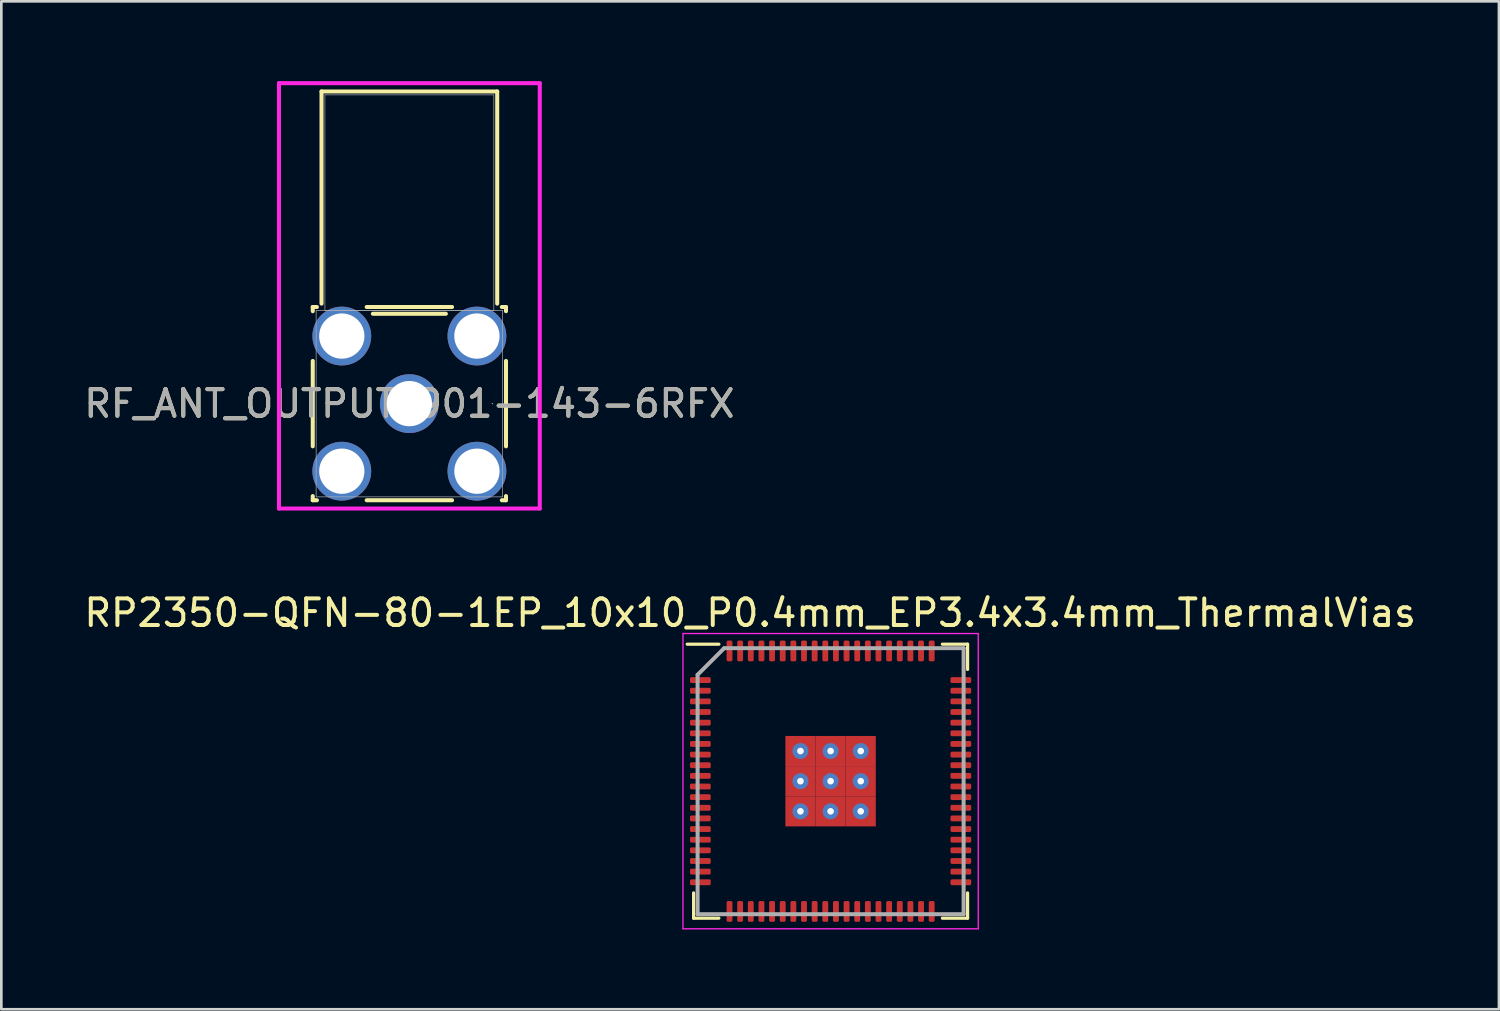
<source format=kicad_pcb>
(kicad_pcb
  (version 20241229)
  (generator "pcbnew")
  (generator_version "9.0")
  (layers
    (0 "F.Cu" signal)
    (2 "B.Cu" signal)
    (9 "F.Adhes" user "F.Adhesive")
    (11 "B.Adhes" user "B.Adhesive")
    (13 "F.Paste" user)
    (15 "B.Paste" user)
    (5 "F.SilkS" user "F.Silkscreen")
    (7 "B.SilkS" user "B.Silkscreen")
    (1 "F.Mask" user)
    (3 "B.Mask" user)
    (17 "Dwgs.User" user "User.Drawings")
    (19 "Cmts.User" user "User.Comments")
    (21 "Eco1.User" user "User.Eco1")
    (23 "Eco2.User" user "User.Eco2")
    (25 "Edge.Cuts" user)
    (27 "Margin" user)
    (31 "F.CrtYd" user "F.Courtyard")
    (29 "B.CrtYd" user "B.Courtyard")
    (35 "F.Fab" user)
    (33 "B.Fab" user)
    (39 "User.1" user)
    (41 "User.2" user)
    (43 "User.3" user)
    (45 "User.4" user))
  (footprint "RF_ANT_OUTPUT_901-143-6RFX"
    (layer "F.Cu")
    (at 12.339 12.123)
    (property "Reference" "RF_ANT_OUTPUT_901-143-6RFX" (at 0 0 0) (unlocked yes) (layer "F.SilkS") (effects (font (size 1 1) (thickness 0.15))))
    (attr through_hole)
    (fp_line (start -3.632 -3.632) (end -3.632 -3.475) (stroke (width 0.152) (type solid)) (layer "F.SilkS"))
    (fp_line (start -3.632 -1.605) (end -3.632 1.605) (stroke (width 0.152) (type solid)) (layer "F.SilkS"))
    (fp_line (start -3.632 3.475) (end -3.632 3.632) (stroke (width 0.152) (type solid)) (layer "F.SilkS"))
    (fp_line (start -3.632 3.632) (end -3.475 3.632) (stroke (width 0.152) (type solid)) (layer "F.SilkS"))
    (fp_line (start -3.475 -3.632) (end -3.632 -3.632) (stroke (width 0.152) (type solid)) (layer "F.SilkS"))
    (fp_line (start -3.302 -11.735) (end -3.302 -3.759) (stroke (width 0.152) (type solid)) (layer "F.SilkS"))
    (fp_line (start -1.605 3.632) (end 1.605 3.632) (stroke (width 0.152) (type solid)) (layer "F.SilkS"))
    (fp_line (start -1.372 -3.378) (end 1.372 -3.378) (stroke (width 0.152) (type solid)) (layer "F.SilkS"))
    (fp_line (start 1.605 -3.632) (end -1.605 -3.632) (stroke (width 0.152) (type solid)) (layer "F.SilkS"))
    (fp_line (start 3.302 -11.735) (end -3.302 -11.735) (stroke (width 0.152) (type solid)) (layer "F.SilkS"))
    (fp_line (start 3.302 -3.759) (end 3.302 -11.735) (stroke (width 0.152) (type solid)) (layer "F.SilkS"))
    (fp_line (start 3.475 3.632) (end 3.632 3.632) (stroke (width 0.152) (type solid)) (layer "F.SilkS"))
    (fp_line (start 3.632 -3.632) (end 3.475 -3.632) (stroke (width 0.152) (type solid)) (layer "F.SilkS"))
    (fp_line (start 3.632 -3.475) (end 3.632 -3.632) (stroke (width 0.152) (type solid)) (layer "F.SilkS"))
    (fp_line (start 3.632 1.605) (end 3.632 -1.605) (stroke (width 0.152) (type solid)) (layer "F.SilkS"))
    (fp_line (start 3.632 3.632) (end 3.632 3.475) (stroke (width 0.152) (type solid)) (layer "F.SilkS"))
    (fp_line (start -4.902 -12.046) (end 4.902 -12.046) (stroke (width 0.152) (type solid)) (layer "F.CrtYd"))
    (fp_line (start -4.902 3.944) (end -4.902 -12.046) (stroke (width 0.152) (type solid)) (layer "F.CrtYd"))
    (fp_line (start 4.902 -12.046) (end 4.902 3.944) (stroke (width 0.152) (type solid)) (layer "F.CrtYd"))
    (fp_line (start 4.902 3.944) (end -4.902 3.944) (stroke (width 0.152) (type solid)) (layer "F.CrtYd"))
    (fp_line (start -3.505 -3.505) (end -3.505 3.505) (stroke (width 0.025) (type solid)) (layer "F.Fab"))
    (fp_line (start -3.505 3.505) (end 3.505 3.505) (stroke (width 0.025) (type solid)) (layer "F.Fab"))
    (fp_line (start -3.175 -11.608) (end -3.175 -3.505) (stroke (width 0.025) (type solid)) (layer "F.Fab"))
    (fp_line (start -3.175 -3.505) (end 3.175 -3.505) (stroke (width 0.025) (type solid)) (layer "F.Fab"))
    (fp_line (start 3.175 -11.608) (end -3.175 -11.608) (stroke (width 0.025) (type solid)) (layer "F.Fab"))
    (fp_line (start 3.175 -3.505) (end 3.175 -11.608) (stroke (width 0.025) (type solid)) (layer "F.Fab"))
    (fp_line (start 3.505 -3.505) (end -3.505 -3.505) (stroke (width 0.025) (type solid)) (layer "F.Fab"))
    (fp_line (start 3.505 3.505) (end 3.505 -3.505) (stroke (width 0.025) (type solid)) (layer "F.Fab"))
    (fp_circle (center 3.124 0) (end 3.124 0) (stroke (width 0.025) (type solid)) (fill no) (layer "F.Fab"))
    (fp_text user "${REFERENCE}" (at 0 0 0) (unlocked yes) (layer "F.Fab") (effects (font (size 1 1) (thickness 0.15))))
    (pad "1" thru_hole circle (at 0 0) (size 2.21 2.21) (drill 1.702) (layers "*.Cu" "*.Mask"))
    (pad "2" thru_hole circle (at -2.54 -2.54) (size 2.21 2.21) (drill 1.702) (layers "*.Cu" "*.Mask"))
    (pad "3" thru_hole circle (at -2.54 2.54) (size 2.21 2.21) (drill 1.702) (layers "*.Cu" "*.Mask"))
    (pad "4" thru_hole circle (at 2.54 2.54) (size 2.21 2.21) (drill 1.702) (layers "*.Cu" "*.Mask"))
    (pad "5" thru_hole circle (at 2.54 -2.54) (size 2.21 2.21) (drill 1.702) (layers "*.Cu" "*.Mask")))
  (footprint "RP2350-QFN-80-1EP_10x10_P0.4mm_EP3.4x3.4mm_ThermalVias"
    (layer "F.Cu")
    (at 28.174 26.316)
    (property "Reference" "RP2350-QFN-80-1EP_10x10_P0.4mm_EP3.4x3.4mm_ThermalVias" (at -3.025 -6.325 0) (layer "F.SilkS") (effects (font (size 1 1) (thickness 0.15))))
    (attr smd)
    (fp_line (start -5.15 5.15) (end -5.15 4.2) (stroke (width 0.12) (type default)) (layer "F.SilkS"))
    (fp_line (start -4.2 -5.15) (end -5.39 -5.15) (stroke (width 0.12) (type default)) (layer "F.SilkS"))
    (fp_line (start -4.2 5.15) (end -5.15 5.15) (stroke (width 0.12) (type default)) (layer "F.SilkS"))
    (fp_line (start 4.2 -5.15) (end 5.15 -5.15) (stroke (width 0.12) (type default)) (layer "F.SilkS"))
    (fp_line (start 4.2 5.15) (end 5.15 5.15) (stroke (width 0.12) (type default)) (layer "F.SilkS"))
    (fp_line (start 5.15 -5.15) (end 5.15 -4.2) (stroke (width 0.12) (type default)) (layer "F.SilkS"))
    (fp_line (start 5.15 5.15) (end 5.15 4.2) (stroke (width 0.12) (type default)) (layer "F.SilkS"))
    (fp_line (start -5.55 -5.55) (end 5.55 -5.55) (stroke (width 0.05) (type default)) (layer "F.CrtYd"))
    (fp_line (start -5.55 5.55) (end -5.55 -5.55) (stroke (width 0.05) (type default)) (layer "F.CrtYd"))
    (fp_line (start 5.55 -5.55) (end 5.55 5.55) (stroke (width 0.05) (type default)) (layer "F.CrtYd"))
    (fp_line (start 5.55 5.55) (end -5.55 5.55) (stroke (width 0.05) (type default)) (layer "F.CrtYd"))
    (fp_line (start -5 -4) (end -5 5) (stroke (width 0.15) (type default)) (layer "F.Fab"))
    (fp_line (start -5 5) (end 5 5) (stroke (width 0.15) (type default)) (layer "F.Fab"))
    (fp_line (start -4 -5) (end -5 -4) (stroke (width 0.15) (type default)) (layer "F.Fab"))
    (fp_line (start 5 -5) (end -4 -5) (stroke (width 0.15) (type default)) (layer "F.Fab"))
    (fp_line (start 5 5) (end 5 -5) (stroke (width 0.15) (type default)) (layer "F.Fab"))
    (pad "" smd roundrect (at -0.7 -0.7) (size 1.2 1.2) (layers "F.Paste") (roundrect_rratio 0.208))
    (pad "" smd roundrect (at -0.7 0.7) (size 1.2 1.2) (layers "F.Paste") (roundrect_rratio 0.208))
    (pad "" smd roundrect (at 0.7 -0.7) (size 1.2 1.2) (layers "F.Paste") (roundrect_rratio 0.208))
    (pad "" smd roundrect (at 0.7 0.7) (size 1.2 1.2) (layers "F.Paste") (roundrect_rratio 0.208))
    (pad "1" smd roundrect (at -4.896 -3.8 90) (size 0.22 0.78) (layers "F.Cu" "F.Mask" "F.Paste") (roundrect_rratio 0.25))
    (pad "2" smd roundrect (at -4.896 -3.4 90) (size 0.22 0.78) (layers "F.Cu" "F.Mask" "F.Paste") (roundrect_rratio 0.25))
    (pad "3" smd roundrect (at -4.896 -3 90) (size 0.22 0.78) (layers "F.Cu" "F.Mask" "F.Paste") (roundrect_rratio 0.25))
    (pad "4" smd roundrect (at -4.896 -2.6 90) (size 0.22 0.78) (layers "F.Cu" "F.Mask" "F.Paste") (roundrect_rratio 0.25))
    (pad "5" smd roundrect (at -4.896 -2.2 90) (size 0.22 0.78) (layers "F.Cu" "F.Mask" "F.Paste") (roundrect_rratio 0.25))
    (pad "6" smd roundrect (at -4.896 -1.8 90) (size 0.22 0.78) (layers "F.Cu" "F.Mask" "F.Paste") (roundrect_rratio 0.25))
    (pad "7" smd roundrect (at -4.896 -1.4 90) (size 0.22 0.78) (layers "F.Cu" "F.Mask" "F.Paste") (roundrect_rratio 0.25))
    (pad "8" smd roundrect (at -4.896 -1 90) (size 0.22 0.78) (layers "F.Cu" "F.Mask" "F.Paste") (roundrect_rratio 0.25))
    (pad "9" smd roundrect (at -4.896 -0.6 90) (size 0.22 0.78) (layers "F.Cu" "F.Mask" "F.Paste") (roundrect_rratio 0.25))
    (pad "10" smd roundrect (at -4.896 -0.2 90) (size 0.22 0.78) (layers "F.Cu" "F.Mask" "F.Paste") (roundrect_rratio 0.25))
    (pad "11" smd roundrect (at -4.896 0.2 90) (size 0.22 0.78) (layers "F.Cu" "F.Mask" "F.Paste") (roundrect_rratio 0.25))
    (pad "12" smd roundrect (at -4.896 0.6 90) (size 0.22 0.78) (layers "F.Cu" "F.Mask" "F.Paste") (roundrect_rratio 0.25))
    (pad "13" smd roundrect (at -4.896 1 90) (size 0.22 0.78) (layers "F.Cu" "F.Mask" "F.Paste") (roundrect_rratio 0.25))
    (pad "14" smd roundrect (at -4.896 1.4 90) (size 0.22 0.78) (layers "F.Cu" "F.Mask" "F.Paste") (roundrect_rratio 0.25))
    (pad "15" smd roundrect (at -4.896 1.8 90) (size 0.22 0.78) (layers "F.Cu" "F.Mask" "F.Paste") (roundrect_rratio 0.25))
    (pad "16" smd roundrect (at -4.896 2.2 90) (size 0.22 0.78) (layers "F.Cu" "F.Mask" "F.Paste") (roundrect_rratio 0.25))
    (pad "17" smd roundrect (at -4.896 2.6 90) (size 0.22 0.78) (layers "F.Cu" "F.Mask" "F.Paste") (roundrect_rratio 0.25))
    (pad "18" smd roundrect (at -4.896 3 90) (size 0.22 0.78) (layers "F.Cu" "F.Mask" "F.Paste") (roundrect_rratio 0.25))
    (pad "19" smd roundrect (at -4.896 3.4 90) (size 0.22 0.78) (layers "F.Cu" "F.Mask" "F.Paste") (roundrect_rratio 0.25))
    (pad "20" smd roundrect (at -4.896 3.8 90) (size 0.22 0.78) (layers "F.Cu" "F.Mask" "F.Paste") (roundrect_rratio 0.25))
    (pad "21" smd roundrect (at -3.8 4.896) (size 0.22 0.78) (layers "F.Cu" "F.Mask" "F.Paste") (roundrect_rratio 0.25))
    (pad "22" smd roundrect (at -3.4 4.896) (size 0.22 0.78) (layers "F.Cu" "F.Mask" "F.Paste") (roundrect_rratio 0.25))
    (pad "23" smd roundrect (at -3 4.896) (size 0.22 0.78) (layers "F.Cu" "F.Mask" "F.Paste") (roundrect_rratio 0.25))
    (pad "24" smd roundrect (at -2.6 4.896) (size 0.22 0.78) (layers "F.Cu" "F.Mask" "F.Paste") (roundrect_rratio 0.25))
    (pad "25" smd roundrect (at -2.2 4.896) (size 0.22 0.78) (layers "F.Cu" "F.Mask" "F.Paste") (roundrect_rratio 0.25))
    (pad "26" smd roundrect (at -1.8 4.896) (size 0.22 0.78) (layers "F.Cu" "F.Mask" "F.Paste") (roundrect_rratio 0.25))
    (pad "27" smd roundrect (at -1.4 4.896) (size 0.22 0.78) (layers "F.Cu" "F.Mask" "F.Paste") (roundrect_rratio 0.25))
    (pad "28" smd roundrect (at -1 4.896) (size 0.22 0.78) (layers "F.Cu" "F.Mask" "F.Paste") (roundrect_rratio 0.25))
    (pad "29" smd roundrect (at -0.6 4.896) (size 0.22 0.78) (layers "F.Cu" "F.Mask" "F.Paste") (roundrect_rratio 0.25))
    (pad "30" smd roundrect (at -0.2 4.896) (size 0.22 0.78) (layers "F.Cu" "F.Mask" "F.Paste") (roundrect_rratio 0.25))
    (pad "31" smd roundrect (at 0.2 4.896) (size 0.22 0.78) (layers "F.Cu" "F.Mask" "F.Paste") (roundrect_rratio 0.25))
    (pad "32" smd roundrect (at 0.6 4.896) (size 0.22 0.78) (layers "F.Cu" "F.Mask" "F.Paste") (roundrect_rratio 0.25))
    (pad "33" smd roundrect (at 1 4.896) (size 0.22 0.78) (layers "F.Cu" "F.Mask" "F.Paste") (roundrect_rratio 0.25))
    (pad "34" smd roundrect (at 1.4 4.896) (size 0.22 0.78) (layers "F.Cu" "F.Mask" "F.Paste") (roundrect_rratio 0.25))
    (pad "35" smd roundrect (at 1.8 4.896) (size 0.22 0.78) (layers "F.Cu" "F.Mask" "F.Paste") (roundrect_rratio 0.25))
    (pad "36" smd roundrect (at 2.2 4.896) (size 0.22 0.78) (layers "F.Cu" "F.Mask" "F.Paste") (roundrect_rratio 0.25))
    (pad "37" smd roundrect (at 2.6 4.896) (size 0.22 0.78) (layers "F.Cu" "F.Mask" "F.Paste") (roundrect_rratio 0.25))
    (pad "38" smd roundrect (at 3 4.896) (size 0.22 0.78) (layers "F.Cu" "F.Mask" "F.Paste") (roundrect_rratio 0.25))
    (pad "39" smd roundrect (at 3.4 4.896) (size 0.22 0.78) (layers "F.Cu" "F.Mask" "F.Paste") (roundrect_rratio 0.25))
    (pad "40" smd roundrect (at 3.8 4.896) (size 0.22 0.78) (layers "F.Cu" "F.Mask" "F.Paste") (roundrect_rratio 0.25))
    (pad "41" smd roundrect (at 4.896 3.8 90) (size 0.22 0.78) (layers "F.Cu" "F.Mask" "F.Paste") (roundrect_rratio 0.25))
    (pad "42" smd roundrect (at 4.896 3.4 90) (size 0.22 0.78) (layers "F.Cu" "F.Mask" "F.Paste") (roundrect_rratio 0.25))
    (pad "43" smd roundrect (at 4.896 3 90) (size 0.22 0.78) (layers "F.Cu" "F.Mask" "F.Paste") (roundrect_rratio 0.25))
    (pad "44" smd roundrect (at 4.896 2.6 90) (size 0.22 0.78) (layers "F.Cu" "F.Mask" "F.Paste") (roundrect_rratio 0.25))
    (pad "45" smd roundrect (at 4.896 2.2 90) (size 0.22 0.78) (layers "F.Cu" "F.Mask" "F.Paste") (roundrect_rratio 0.25))
    (pad "46" smd roundrect (at 4.896 1.8 90) (size 0.22 0.78) (layers "F.Cu" "F.Mask" "F.Paste") (roundrect_rratio 0.25))
    (pad "47" smd roundrect (at 4.896 1.4 90) (size 0.22 0.78) (layers "F.Cu" "F.Mask" "F.Paste") (roundrect_rratio 0.25))
    (pad "48" smd roundrect (at 4.896 1 90) (size 0.22 0.78) (layers "F.Cu" "F.Mask" "F.Paste") (roundrect_rratio 0.25))
    (pad "49" smd roundrect (at 4.896 0.6 90) (size 0.22 0.78) (layers "F.Cu" "F.Mask" "F.Paste") (roundrect_rratio 0.25))
    (pad "50" smd roundrect (at 4.896 0.2 90) (size 0.22 0.78) (layers "F.Cu" "F.Mask" "F.Paste") (roundrect_rratio 0.25))
    (pad "51" smd roundrect (at 4.896 -0.2 90) (size 0.22 0.78) (layers "F.Cu" "F.Mask" "F.Paste") (roundrect_rratio 0.25))
    (pad "52" smd roundrect (at 4.896 -0.6 90) (size 0.22 0.78) (layers "F.Cu" "F.Mask" "F.Paste") (roundrect_rratio 0.25))
    (pad "53" smd roundrect (at 4.896 -1 90) (size 0.22 0.78) (layers "F.Cu" "F.Mask" "F.Paste") (roundrect_rratio 0.25))
    (pad "54" smd roundrect (at 4.896 -1.4 90) (size 0.22 0.78) (layers "F.Cu" "F.Mask" "F.Paste") (roundrect_rratio 0.25))
    (pad "55" smd roundrect (at 4.896 -1.8 90) (size 0.22 0.78) (layers "F.Cu" "F.Mask" "F.Paste") (roundrect_rratio 0.25))
    (pad "56" smd roundrect (at 4.896 -2.2 90) (size 0.22 0.78) (layers "F.Cu" "F.Mask" "F.Paste") (roundrect_rratio 0.25))
    (pad "57" smd roundrect (at 4.896 -2.6 90) (size 0.22 0.78) (layers "F.Cu" "F.Mask" "F.Paste") (roundrect_rratio 0.25))
    (pad "58" smd roundrect (at 4.896 -3 90) (size 0.22 0.78) (layers "F.Cu" "F.Mask" "F.Paste") (roundrect_rratio 0.25))
    (pad "59" smd roundrect (at 4.896 -3.4 90) (size 0.22 0.78) (layers "F.Cu" "F.Mask" "F.Paste") (roundrect_rratio 0.25))
    (pad "60" smd roundrect (at 4.896 -3.8 90) (size 0.22 0.78) (layers "F.Cu" "F.Mask" "F.Paste") (roundrect_rratio 0.25))
    (pad "61" smd roundrect (at 3.8 -4.896) (size 0.22 0.78) (layers "F.Cu" "F.Mask" "F.Paste") (roundrect_rratio 0.25))
    (pad "62" smd roundrect (at 3.4 -4.896) (size 0.22 0.78) (layers "F.Cu" "F.Mask" "F.Paste") (roundrect_rratio 0.25))
    (pad "63" smd roundrect (at 3 -4.896) (size 0.22 0.78) (layers "F.Cu" "F.Mask" "F.Paste") (roundrect_rratio 0.25))
    (pad "64" smd roundrect (at 2.6 -4.896) (size 0.22 0.78) (layers "F.Cu" "F.Mask" "F.Paste") (roundrect_rratio 0.25))
    (pad "65" smd roundrect (at 2.2 -4.896) (size 0.22 0.78) (layers "F.Cu" "F.Mask" "F.Paste") (roundrect_rratio 0.25))
    (pad "66" smd roundrect (at 1.8 -4.896) (size 0.22 0.78) (layers "F.Cu" "F.Mask" "F.Paste") (roundrect_rratio 0.25))
    (pad "67" smd roundrect (at 1.4 -4.896) (size 0.22 0.78) (layers "F.Cu" "F.Mask" "F.Paste") (roundrect_rratio 0.25))
    (pad "68" smd roundrect (at 1 -4.896) (size 0.22 0.78) (layers "F.Cu" "F.Mask" "F.Paste") (roundrect_rratio 0.25))
    (pad "69" smd roundrect (at 0.6 -4.896) (size 0.22 0.78) (layers "F.Cu" "F.Mask" "F.Paste") (roundrect_rratio 0.25))
    (pad "70" smd roundrect (at 0.2 -4.896) (size 0.22 0.78) (layers "F.Cu" "F.Mask" "F.Paste") (roundrect_rratio 0.25))
    (pad "71" smd roundrect (at -0.2 -4.896) (size 0.22 0.78) (layers "F.Cu" "F.Mask" "F.Paste") (roundrect_rratio 0.25))
    (pad "72" smd roundrect (at -0.6 -4.896) (size 0.22 0.78) (layers "F.Cu" "F.Mask" "F.Paste") (roundrect_rratio 0.25))
    (pad "73" smd roundrect (at -1 -4.896) (size 0.22 0.78) (layers "F.Cu" "F.Mask" "F.Paste") (roundrect_rratio 0.25))
    (pad "74" smd roundrect (at -1.4 -4.896) (size 0.22 0.78) (layers "F.Cu" "F.Mask" "F.Paste") (roundrect_rratio 0.25))
    (pad "75" smd roundrect (at -1.8 -4.896) (size 0.22 0.78) (layers "F.Cu" "F.Mask" "F.Paste") (roundrect_rratio 0.25))
    (pad "76" smd roundrect (at -2.2 -4.896) (size 0.22 0.78) (layers "F.Cu" "F.Mask" "F.Paste") (roundrect_rratio 0.25))
    (pad "77" smd roundrect (at -2.6 -4.896) (size 0.22 0.78) (layers "F.Cu" "F.Mask" "F.Paste") (roundrect_rratio 0.25))
    (pad "78" smd roundrect (at -3 -4.896) (size 0.22 0.78) (layers "F.Cu" "F.Mask" "F.Paste") (roundrect_rratio 0.25))
    (pad "79" smd roundrect (at -3.4 -4.896) (size 0.22 0.78) (layers "F.Cu" "F.Mask" "F.Paste") (roundrect_rratio 0.25))
    (pad "80" smd roundrect (at -3.8 -4.896) (size 0.22 0.78) (layers "F.Cu" "F.Mask" "F.Paste") (roundrect_rratio 0.25))
    (pad "81" thru_hole circle (at -1.133 -1.133) (size 0.6 0.6) (drill 0.25) (layers "*.Cu" "*.Mask"))
    (pad "81" smd rect (at -1.133 -1.133) (size 1.133 1.133) (layers "F.Cu" "F.Mask" "F.Paste"))
    (pad "81" thru_hole circle (at -1.133 0) (size 0.6 0.6) (drill 0.25) (layers "*.Cu" "*.Mask"))
    (pad "81" smd rect (at -1.133 0) (size 1.133 1.133) (layers "F.Cu" "F.Mask" "F.Paste"))
    (pad "81" thru_hole circle (at -1.133 1.133) (size 0.6 0.6) (drill 0.25) (layers "*.Cu" "*.Mask"))
    (pad "81" smd rect (at -1.133 1.133) (size 1.133 1.133) (layers "F.Cu" "F.Mask" "F.Paste"))
    (pad "81" thru_hole circle (at 0 -1.133) (size 0.6 0.6) (drill 0.25) (layers "*.Cu" "*.Mask"))
    (pad "81" smd rect (at 0 -1.133) (size 1.133 1.133) (layers "F.Cu" "F.Mask" "F.Paste"))
    (pad "81" thru_hole circle (at 0 0) (size 0.6 0.6) (drill 0.25) (layers "*.Cu" "*.Mask"))
    (pad "81" smd rect (at 0 0) (size 1.133 1.133) (layers "F.Cu" "F.Mask" "F.Paste"))
    (pad "81" thru_hole circle (at 0 1.133) (size 0.6 0.6) (drill 0.25) (layers "*.Cu" "*.Mask"))
    (pad "81" smd rect (at 0 1.133) (size 1.133 1.133) (layers "F.Cu" "F.Mask" "F.Paste"))
    (pad "81" thru_hole circle (at 1.133 -1.133) (size 0.6 0.6) (drill 0.25) (layers "*.Cu" "*.Mask"))
    (pad "81" smd rect (at 1.133 -1.133) (size 1.133 1.133) (layers "F.Cu" "F.Mask" "F.Paste"))
    (pad "81" thru_hole circle (at 1.133 0) (size 0.6 0.6) (drill 0.25) (layers "*.Cu" "*.Mask"))
    (pad "81" smd rect (at 1.133 0) (size 1.133 1.133) (layers "F.Cu" "F.Mask" "F.Paste"))
    (pad "81" thru_hole circle (at 1.133 1.133) (size 0.6 0.6) (drill 0.25) (layers "*.Cu" "*.Mask"))
    (pad "81" smd rect (at 1.133 1.133) (size 1.133 1.133) (layers "F.Cu" "F.Mask" "F.Paste")))
  (gr_rect
    (start -3 -3)
    (end 53.298 34.891)
    (stroke (width 0.1) (type default))
    (fill no)
    (layer "Edge.Cuts")))
</source>
